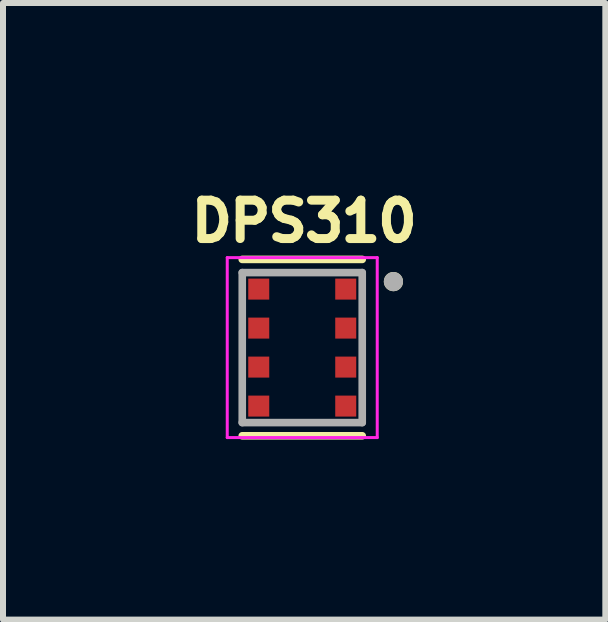
<source format=kicad_pcb>
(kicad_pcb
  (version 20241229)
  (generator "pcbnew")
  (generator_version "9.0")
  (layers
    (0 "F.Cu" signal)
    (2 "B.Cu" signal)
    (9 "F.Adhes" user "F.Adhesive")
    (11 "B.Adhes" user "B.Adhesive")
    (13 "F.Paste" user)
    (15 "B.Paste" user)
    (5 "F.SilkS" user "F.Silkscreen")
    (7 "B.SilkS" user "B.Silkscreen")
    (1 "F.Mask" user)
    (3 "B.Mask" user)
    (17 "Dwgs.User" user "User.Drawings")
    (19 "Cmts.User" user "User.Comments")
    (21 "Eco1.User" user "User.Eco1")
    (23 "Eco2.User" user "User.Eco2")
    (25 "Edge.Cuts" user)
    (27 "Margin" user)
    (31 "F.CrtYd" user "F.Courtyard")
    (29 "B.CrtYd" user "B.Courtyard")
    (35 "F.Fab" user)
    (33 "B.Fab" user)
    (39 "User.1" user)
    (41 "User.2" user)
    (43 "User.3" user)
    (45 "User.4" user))
  (footprint "DPS310"
    (layer "F.Cu")
    (at 1.988 2.744)
    (property "Reference" "DPS310" (at 0.032 -2.106 0) (layer "F.SilkS") (effects (font (size 0.64 0.64) (thickness 0.15))))
    (attr through_hole)
    (fp_line (start -1 1.47) (end 1 1.47) (stroke (width 0.127) (type solid)) (layer "F.SilkS"))
    (fp_line (start 1 -1.47) (end -1 -1.47) (stroke (width 0.127) (type solid)) (layer "F.SilkS"))
    (fp_circle (center 1.52 -1.1) (end 1.6 -1.1) (stroke (width 0.16) (type solid)) (fill no) (layer "F.SilkS"))
    (fp_circle (center -0.725 -0.975) (end -0.637 -0.975) (stroke (width 0.175) (type solid)) (fill no) (layer "F.Paste"))
    (fp_circle (center -0.725 -0.325) (end -0.637 -0.325) (stroke (width 0.175) (type solid)) (fill no) (layer "F.Paste"))
    (fp_circle (center -0.725 0.325) (end -0.637 0.325) (stroke (width 0.175) (type solid)) (fill no) (layer "F.Paste"))
    (fp_circle (center -0.725 0.975) (end -0.637 0.975) (stroke (width 0.175) (type solid)) (fill no) (layer "F.Paste"))
    (fp_circle (center 0.725 -0.975) (end 0.812 -0.975) (stroke (width 0.175) (type solid)) (fill no) (layer "F.Paste"))
    (fp_circle (center 0.725 -0.325) (end 0.812 -0.325) (stroke (width 0.175) (type solid)) (fill no) (layer "F.Paste"))
    (fp_circle (center 0.725 0.325) (end 0.812 0.325) (stroke (width 0.175) (type solid)) (fill no) (layer "F.Paste"))
    (fp_circle (center 0.725 0.975) (end 0.812 0.975) (stroke (width 0.175) (type solid)) (fill no) (layer "F.Paste"))
    (fp_line (start -1.25 -1.5) (end -1.25 1.5) (stroke (width 0.05) (type solid)) (layer "F.CrtYd"))
    (fp_line (start -1.25 1.5) (end 1.25 1.5) (stroke (width 0.05) (type solid)) (layer "F.CrtYd"))
    (fp_line (start 1.25 -1.5) (end -1.25 -1.5) (stroke (width 0.05) (type solid)) (layer "F.CrtYd"))
    (fp_line (start 1.25 1.5) (end 1.25 -1.5) (stroke (width 0.05) (type solid)) (layer "F.CrtYd"))
    (fp_line (start -1 -1.25) (end -1 1.25) (stroke (width 0.127) (type solid)) (layer "F.Fab"))
    (fp_line (start -1 -1.25) (end 1 -1.25) (stroke (width 0.127) (type solid)) (layer "F.Fab"))
    (fp_line (start 1 1.25) (end -1 1.25) (stroke (width 0.127) (type solid)) (layer "F.Fab"))
    (fp_line (start 1 1.25) (end 1 -1.25) (stroke (width 0.127) (type solid)) (layer "F.Fab"))
    (fp_circle (center 1.52 -1.1) (end 1.6 -1.1) (stroke (width 0.16) (type solid)) (fill no) (layer "F.Fab"))
    (pad "1" smd rect (at 0.725 -0.975) (size 0.35 0.35) (layers "F.Cu" "F.Mask"))
    (pad "2" smd rect (at 0.725 -0.325) (size 0.35 0.35) (layers "F.Cu" "F.Mask"))
    (pad "3" smd rect (at 0.725 0.325) (size 0.35 0.35) (layers "F.Cu" "F.Mask"))
    (pad "4" smd rect (at 0.725 0.975) (size 0.35 0.35) (layers "F.Cu" "F.Mask"))
    (pad "5" smd rect (at -0.725 0.975) (size 0.35 0.35) (layers "F.Cu" "F.Mask"))
    (pad "6" smd rect (at -0.725 0.325) (size 0.35 0.35) (layers "F.Cu" "F.Mask"))
    (pad "7" smd rect (at -0.725 -0.325) (size 0.35 0.35) (layers "F.Cu" "F.Mask"))
    (pad "8" smd rect (at -0.725 -0.975) (size 0.35 0.35) (layers "F.Cu" "F.Mask")))
  (gr_rect
    (start -3 -3)
    (end 7.04 7.278)
    (stroke (width 0.1) (type default))
    (fill no)
    (layer "Edge.Cuts")))
</source>
